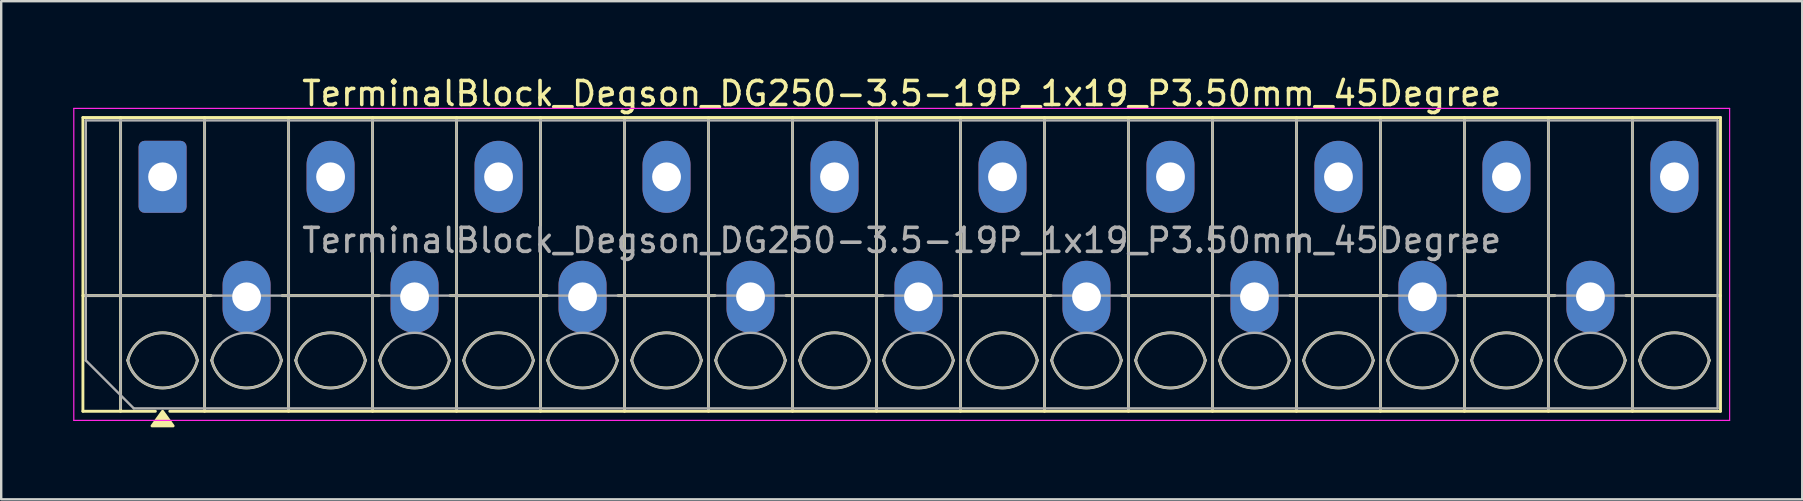
<source format=kicad_pcb>
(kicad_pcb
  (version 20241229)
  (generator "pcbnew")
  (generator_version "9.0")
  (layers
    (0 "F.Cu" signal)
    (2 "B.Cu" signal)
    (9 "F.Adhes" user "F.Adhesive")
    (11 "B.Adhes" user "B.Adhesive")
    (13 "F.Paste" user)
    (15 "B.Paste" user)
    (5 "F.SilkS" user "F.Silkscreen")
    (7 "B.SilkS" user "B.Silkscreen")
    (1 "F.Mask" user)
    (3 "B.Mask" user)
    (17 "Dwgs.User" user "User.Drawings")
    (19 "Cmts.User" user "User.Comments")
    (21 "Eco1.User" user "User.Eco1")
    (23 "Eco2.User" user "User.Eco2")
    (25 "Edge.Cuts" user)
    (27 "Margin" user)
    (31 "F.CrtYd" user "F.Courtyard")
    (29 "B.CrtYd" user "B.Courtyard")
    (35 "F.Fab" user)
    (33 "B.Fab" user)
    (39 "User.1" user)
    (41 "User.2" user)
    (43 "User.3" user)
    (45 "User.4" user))
  (footprint "TerminalBlock_Degson_DG250-3.5-19P_1x19_P3.50mm_45Degree"
    (layer "F.Cu")
    (at 3.725 4.318)
    (property "Reference" "TerminalBlock_Degson_DG250-3.5-19P_1x19_P3.50mm_45Degree" (at 30.8 -3.47 0) (layer "F.SilkS") (effects (font (size 1 1) (thickness 0.15))))
    (attr through_hole)
    (fp_line (start -3.32 -2.47) (end -3.32 9.77) (stroke (width 0.12) (type solid)) (layer "F.SilkS"))
    (fp_line (start -3.32 -2.47) (end 64.92 -2.47) (stroke (width 0.12) (type solid)) (layer "F.SilkS"))
    (fp_line (start -3.32 4.95) (end 2.02 4.95) (stroke (width 0.12) (type solid)) (layer "F.SilkS"))
    (fp_line (start -3.32 9.77) (end -0.3 9.77) (stroke (width 0.12) (type solid)) (layer "F.SilkS"))
    (fp_line (start -1.75 -2.47) (end -1.75 9.77) (stroke (width 0.12) (type solid)) (layer "F.SilkS"))
    (fp_line (start 0.3 9.77) (end 64.92 9.77) (stroke (width 0.12) (type solid)) (layer "F.SilkS"))
    (fp_line (start 1.75 -2.47) (end 1.75 9.77) (stroke (width 0.12) (type solid)) (layer "F.SilkS"))
    (fp_line (start 4.98 4.95) (end 9.02 4.95) (stroke (width 0.12) (type solid)) (layer "F.SilkS"))
    (fp_line (start 5.25 -2.47) (end 5.25 9.77) (stroke (width 0.12) (type solid)) (layer "F.SilkS"))
    (fp_line (start 8.75 -2.47) (end 8.75 9.77) (stroke (width 0.12) (type solid)) (layer "F.SilkS"))
    (fp_line (start 11.98 4.95) (end 16.02 4.95) (stroke (width 0.12) (type solid)) (layer "F.SilkS"))
    (fp_line (start 12.25 -2.47) (end 12.25 9.77) (stroke (width 0.12) (type solid)) (layer "F.SilkS"))
    (fp_line (start 15.75 -2.47) (end 15.75 9.77) (stroke (width 0.12) (type solid)) (layer "F.SilkS"))
    (fp_line (start 18.98 4.95) (end 23.02 4.95) (stroke (width 0.12) (type solid)) (layer "F.SilkS"))
    (fp_line (start 19.25 -2.47) (end 19.25 9.77) (stroke (width 0.12) (type solid)) (layer "F.SilkS"))
    (fp_line (start 22.75 -2.47) (end 22.75 9.77) (stroke (width 0.12) (type solid)) (layer "F.SilkS"))
    (fp_line (start 25.98 4.95) (end 30.02 4.95) (stroke (width 0.12) (type solid)) (layer "F.SilkS"))
    (fp_line (start 26.25 -2.47) (end 26.25 9.77) (stroke (width 0.12) (type solid)) (layer "F.SilkS"))
    (fp_line (start 29.75 -2.47) (end 29.75 9.77) (stroke (width 0.12) (type solid)) (layer "F.SilkS"))
    (fp_line (start 32.98 4.95) (end 37.02 4.95) (stroke (width 0.12) (type solid)) (layer "F.SilkS"))
    (fp_line (start 33.25 -2.47) (end 33.25 9.77) (stroke (width 0.12) (type solid)) (layer "F.SilkS"))
    (fp_line (start 36.75 -2.47) (end 36.75 9.77) (stroke (width 0.12) (type solid)) (layer "F.SilkS"))
    (fp_line (start 39.98 4.95) (end 44.02 4.95) (stroke (width 0.12) (type solid)) (layer "F.SilkS"))
    (fp_line (start 40.25 -2.47) (end 40.25 9.77) (stroke (width 0.12) (type solid)) (layer "F.SilkS"))
    (fp_line (start 43.75 -2.47) (end 43.75 9.77) (stroke (width 0.12) (type solid)) (layer "F.SilkS"))
    (fp_line (start 46.98 4.95) (end 51.02 4.95) (stroke (width 0.12) (type solid)) (layer "F.SilkS"))
    (fp_line (start 47.25 -2.47) (end 47.25 9.77) (stroke (width 0.12) (type solid)) (layer "F.SilkS"))
    (fp_line (start 50.75 -2.47) (end 50.75 9.77) (stroke (width 0.12) (type solid)) (layer "F.SilkS"))
    (fp_line (start 53.98 4.95) (end 58.02 4.95) (stroke (width 0.12) (type solid)) (layer "F.SilkS"))
    (fp_line (start 54.25 -2.47) (end 54.25 9.77) (stroke (width 0.12) (type solid)) (layer "F.SilkS"))
    (fp_line (start 57.75 -2.47) (end 57.75 9.77) (stroke (width 0.12) (type solid)) (layer "F.SilkS"))
    (fp_line (start 60.98 4.95) (end 64.92 4.95) (stroke (width 0.12) (type solid)) (layer "F.SilkS"))
    (fp_line (start 61.25 -2.47) (end 61.25 9.77) (stroke (width 0.12) (type solid)) (layer "F.SilkS"))
    (fp_line (start 64.92 -2.47) (end 64.92 9.77) (stroke (width 0.12) (type solid)) (layer "F.SilkS"))
    (fp_arc (start -1.45 7.65) (mid 0 6.5) (end 1.45 7.65) (stroke (width 0.12) (type solid)) (layer "F.SilkS"))
    (fp_arc (start 1.45 7.65) (mid 0 8.8) (end -1.45 7.65) (stroke (width 0.12) (type solid)) (layer "F.SilkS"))
    (fp_arc (start 2.05 7.65) (mid 2.18402 7.291962) (end 2.405 6.98) (stroke (width 0.12) (type solid)) (layer "F.SilkS"))
    (fp_arc (start 4.595 6.98) (mid 4.81598 7.291962) (end 4.95 7.65) (stroke (width 0.12) (type solid)) (layer "F.SilkS"))
    (fp_arc (start 4.95 7.65) (mid 3.5 8.8) (end 2.05 7.65) (stroke (width 0.12) (type solid)) (layer "F.SilkS"))
    (fp_arc (start 5.55 7.65) (mid 7 6.5) (end 8.45 7.65) (stroke (width 0.12) (type solid)) (layer "F.SilkS"))
    (fp_arc (start 8.45 7.65) (mid 7 8.8) (end 5.55 7.65) (stroke (width 0.12) (type solid)) (layer "F.SilkS"))
    (fp_arc (start 9.05 7.65) (mid 9.18402 7.291962) (end 9.405 6.98) (stroke (width 0.12) (type solid)) (layer "F.SilkS"))
    (fp_arc (start 11.595 6.98) (mid 11.81598 7.291962) (end 11.95 7.65) (stroke (width 0.12) (type solid)) (layer "F.SilkS"))
    (fp_arc (start 11.95 7.65) (mid 10.5 8.8) (end 9.05 7.65) (stroke (width 0.12) (type solid)) (layer "F.SilkS"))
    (fp_arc (start 12.55 7.65) (mid 14 6.5) (end 15.45 7.65) (stroke (width 0.12) (type solid)) (layer "F.SilkS"))
    (fp_arc (start 15.45 7.65) (mid 14 8.8) (end 12.55 7.65) (stroke (width 0.12) (type solid)) (layer "F.SilkS"))
    (fp_arc (start 16.05 7.65) (mid 16.18402 7.291962) (end 16.405 6.98) (stroke (width 0.12) (type solid)) (layer "F.SilkS"))
    (fp_arc (start 18.595 6.98) (mid 18.81598 7.291962) (end 18.95 7.65) (stroke (width 0.12) (type solid)) (layer "F.SilkS"))
    (fp_arc (start 18.95 7.65) (mid 17.5 8.8) (end 16.05 7.65) (stroke (width 0.12) (type solid)) (layer "F.SilkS"))
    (fp_arc (start 19.55 7.65) (mid 21 6.5) (end 22.45 7.65) (stroke (width 0.12) (type solid)) (layer "F.SilkS"))
    (fp_arc (start 22.45 7.65) (mid 21 8.8) (end 19.55 7.65) (stroke (width 0.12) (type solid)) (layer "F.SilkS"))
    (fp_arc (start 23.05 7.65) (mid 23.18402 7.291962) (end 23.405 6.98) (stroke (width 0.12) (type solid)) (layer "F.SilkS"))
    (fp_arc (start 25.595 6.98) (mid 25.81598 7.291962) (end 25.95 7.65) (stroke (width 0.12) (type solid)) (layer "F.SilkS"))
    (fp_arc (start 25.95 7.65) (mid 24.5 8.8) (end 23.05 7.65) (stroke (width 0.12) (type solid)) (layer "F.SilkS"))
    (fp_arc (start 26.55 7.65) (mid 28 6.5) (end 29.45 7.65) (stroke (width 0.12) (type solid)) (layer "F.SilkS"))
    (fp_arc (start 29.45 7.65) (mid 28 8.8) (end 26.55 7.65) (stroke (width 0.12) (type solid)) (layer "F.SilkS"))
    (fp_arc (start 30.05 7.65) (mid 30.18402 7.291962) (end 30.405 6.98) (stroke (width 0.12) (type solid)) (layer "F.SilkS"))
    (fp_arc (start 32.595 6.98) (mid 32.81598 7.291962) (end 32.95 7.65) (stroke (width 0.12) (type solid)) (layer "F.SilkS"))
    (fp_arc (start 32.95 7.65) (mid 31.5 8.8) (end 30.05 7.65) (stroke (width 0.12) (type solid)) (layer "F.SilkS"))
    (fp_arc (start 33.55 7.65) (mid 35 6.5) (end 36.45 7.65) (stroke (width 0.12) (type solid)) (layer "F.SilkS"))
    (fp_arc (start 36.45 7.65) (mid 35 8.8) (end 33.55 7.65) (stroke (width 0.12) (type solid)) (layer "F.SilkS"))
    (fp_arc (start 37.05 7.65) (mid 37.18402 7.291962) (end 37.405 6.98) (stroke (width 0.12) (type solid)) (layer "F.SilkS"))
    (fp_arc (start 39.595 6.98) (mid 39.81598 7.291962) (end 39.95 7.65) (stroke (width 0.12) (type solid)) (layer "F.SilkS"))
    (fp_arc (start 39.95 7.65) (mid 38.5 8.8) (end 37.05 7.65) (stroke (width 0.12) (type solid)) (layer "F.SilkS"))
    (fp_arc (start 40.55 7.65) (mid 42 6.5) (end 43.45 7.65) (stroke (width 0.12) (type solid)) (layer "F.SilkS"))
    (fp_arc (start 43.45 7.65) (mid 42 8.8) (end 40.55 7.65) (stroke (width 0.12) (type solid)) (layer "F.SilkS"))
    (fp_arc (start 44.05 7.65) (mid 44.18402 7.291962) (end 44.405 6.98) (stroke (width 0.12) (type solid)) (layer "F.SilkS"))
    (fp_arc (start 46.595 6.98) (mid 46.81598 7.291962) (end 46.95 7.65) (stroke (width 0.12) (type solid)) (layer "F.SilkS"))
    (fp_arc (start 46.95 7.65) (mid 45.5 8.8) (end 44.05 7.65) (stroke (width 0.12) (type solid)) (layer "F.SilkS"))
    (fp_arc (start 47.55 7.65) (mid 49 6.5) (end 50.45 7.65) (stroke (width 0.12) (type solid)) (layer "F.SilkS"))
    (fp_arc (start 50.45 7.65) (mid 49 8.8) (end 47.55 7.65) (stroke (width 0.12) (type solid)) (layer "F.SilkS"))
    (fp_arc (start 51.05 7.65) (mid 51.18402 7.291962) (end 51.405 6.98) (stroke (width 0.12) (type solid)) (layer "F.SilkS"))
    (fp_arc (start 53.595 6.98) (mid 53.81598 7.291962) (end 53.95 7.65) (stroke (width 0.12) (type solid)) (layer "F.SilkS"))
    (fp_arc (start 53.95 7.65) (mid 52.5 8.8) (end 51.05 7.65) (stroke (width 0.12) (type solid)) (layer "F.SilkS"))
    (fp_arc (start 54.55 7.65) (mid 56 6.5) (end 57.45 7.65) (stroke (width 0.12) (type solid)) (layer "F.SilkS"))
    (fp_arc (start 57.45 7.65) (mid 56 8.8) (end 54.55 7.65) (stroke (width 0.12) (type solid)) (layer "F.SilkS"))
    (fp_arc (start 58.05 7.65) (mid 58.18402 7.291962) (end 58.405 6.98) (stroke (width 0.12) (type solid)) (layer "F.SilkS"))
    (fp_arc (start 60.595 6.98) (mid 60.81598 7.291962) (end 60.95 7.65) (stroke (width 0.12) (type solid)) (layer "F.SilkS"))
    (fp_arc (start 60.95 7.65) (mid 59.5 8.8) (end 58.05 7.65) (stroke (width 0.12) (type solid)) (layer "F.SilkS"))
    (fp_arc (start 61.55 7.65) (mid 63 6.5) (end 64.45 7.65) (stroke (width 0.12) (type solid)) (layer "F.SilkS"))
    (fp_arc (start 64.45 7.65) (mid 63 8.8) (end 61.55 7.65) (stroke (width 0.12) (type solid)) (layer "F.SilkS"))
    (fp_poly (pts (xy 0 9.77) (xy 0.44 10.38) (xy -0.44 10.38)) (stroke (width 0.12) (type solid)) (fill yes) (layer "F.SilkS"))
    (fp_line (start -3.7 -2.85) (end -3.7 10.15) (stroke (width 0.05) (type solid)) (layer "F.CrtYd"))
    (fp_line (start -3.7 10.15) (end 65.3 10.15) (stroke (width 0.05) (type solid)) (layer "F.CrtYd"))
    (fp_line (start 65.3 -2.85) (end -3.7 -2.85) (stroke (width 0.05) (type solid)) (layer "F.CrtYd"))
    (fp_line (start 65.3 10.15) (end 65.3 -2.85) (stroke (width 0.05) (type solid)) (layer "F.CrtYd"))
    (fp_line (start -3.2 -2.35) (end 64.8 -2.35) (stroke (width 0.1) (type solid)) (layer "F.Fab"))
    (fp_line (start -3.2 4.95) (end 64.8 4.95) (stroke (width 0.1) (type solid)) (layer "F.Fab"))
    (fp_line (start -3.2 7.65) (end -3.2 -2.35) (stroke (width 0.1) (type solid)) (layer "F.Fab"))
    (fp_line (start -1.75 -2.35) (end -1.75 9.65) (stroke (width 0.1) (type solid)) (layer "F.Fab"))
    (fp_line (start -1.2 9.65) (end -3.2 7.65) (stroke (width 0.1) (type solid)) (layer "F.Fab"))
    (fp_line (start 1.75 -2.35) (end 1.75 9.65) (stroke (width 0.1) (type solid)) (layer "F.Fab"))
    (fp_line (start 5.25 -2.35) (end 5.25 9.65) (stroke (width 0.1) (type solid)) (layer "F.Fab"))
    (fp_line (start 8.75 -2.35) (end 8.75 9.65) (stroke (width 0.1) (type solid)) (layer "F.Fab"))
    (fp_line (start 12.25 -2.35) (end 12.25 9.65) (stroke (width 0.1) (type solid)) (layer "F.Fab"))
    (fp_line (start 15.75 -2.35) (end 15.75 9.65) (stroke (width 0.1) (type solid)) (layer "F.Fab"))
    (fp_line (start 19.25 -2.35) (end 19.25 9.65) (stroke (width 0.1) (type solid)) (layer "F.Fab"))
    (fp_line (start 22.75 -2.35) (end 22.75 9.65) (stroke (width 0.1) (type solid)) (layer "F.Fab"))
    (fp_line (start 26.25 -2.35) (end 26.25 9.65) (stroke (width 0.1) (type solid)) (layer "F.Fab"))
    (fp_line (start 29.75 -2.35) (end 29.75 9.65) (stroke (width 0.1) (type solid)) (layer "F.Fab"))
    (fp_line (start 33.25 -2.35) (end 33.25 9.65) (stroke (width 0.1) (type solid)) (layer "F.Fab"))
    (fp_line (start 36.75 -2.35) (end 36.75 9.65) (stroke (width 0.1) (type solid)) (layer "F.Fab"))
    (fp_line (start 40.25 -2.35) (end 40.25 9.65) (stroke (width 0.1) (type solid)) (layer "F.Fab"))
    (fp_line (start 43.75 -2.35) (end 43.75 9.65) (stroke (width 0.1) (type solid)) (layer "F.Fab"))
    (fp_line (start 47.25 -2.35) (end 47.25 9.65) (stroke (width 0.1) (type solid)) (layer "F.Fab"))
    (fp_line (start 50.75 -2.35) (end 50.75 9.65) (stroke (width 0.1) (type solid)) (layer "F.Fab"))
    (fp_line (start 54.25 -2.35) (end 54.25 9.65) (stroke (width 0.1) (type solid)) (layer "F.Fab"))
    (fp_line (start 57.75 -2.35) (end 57.75 9.65) (stroke (width 0.1) (type solid)) (layer "F.Fab"))
    (fp_line (start 61.25 -2.35) (end 61.25 9.65) (stroke (width 0.1) (type solid)) (layer "F.Fab"))
    (fp_line (start 64.8 -2.35) (end 64.8 9.65) (stroke (width 0.1) (type solid)) (layer "F.Fab"))
    (fp_line (start 64.8 9.65) (end -1.2 9.65) (stroke (width 0.1) (type solid)) (layer "F.Fab"))
    (fp_arc (start -1.45 7.65) (mid 0 6.5) (end 1.45 7.65) (stroke (width 0.1) (type solid)) (layer "F.Fab"))
    (fp_arc (start 1.45 7.65) (mid 0 8.8) (end -1.45 7.65) (stroke (width 0.1) (type solid)) (layer "F.Fab"))
    (fp_arc (start 2.05 7.65) (mid 3.5 6.5) (end 4.95 7.65) (stroke (width 0.1) (type solid)) (layer "F.Fab"))
    (fp_arc (start 4.95 7.65) (mid 3.5 8.8) (end 2.05 7.65) (stroke (width 0.1) (type solid)) (layer "F.Fab"))
    (fp_arc (start 5.55 7.65) (mid 7 6.5) (end 8.45 7.65) (stroke (width 0.1) (type solid)) (layer "F.Fab"))
    (fp_arc (start 8.45 7.65) (mid 7 8.8) (end 5.55 7.65) (stroke (width 0.1) (type solid)) (layer "F.Fab"))
    (fp_arc (start 9.05 7.65) (mid 10.5 6.5) (end 11.95 7.65) (stroke (width 0.1) (type solid)) (layer "F.Fab"))
    (fp_arc (start 11.95 7.65) (mid 10.5 8.8) (end 9.05 7.65) (stroke (width 0.1) (type solid)) (layer "F.Fab"))
    (fp_arc (start 12.55 7.65) (mid 14 6.5) (end 15.45 7.65) (stroke (width 0.1) (type solid)) (layer "F.Fab"))
    (fp_arc (start 15.45 7.65) (mid 14 8.8) (end 12.55 7.65) (stroke (width 0.1) (type solid)) (layer "F.Fab"))
    (fp_arc (start 16.05 7.65) (mid 17.5 6.5) (end 18.95 7.65) (stroke (width 0.1) (type solid)) (layer "F.Fab"))
    (fp_arc (start 18.95 7.65) (mid 17.5 8.8) (end 16.05 7.65) (stroke (width 0.1) (type solid)) (layer "F.Fab"))
    (fp_arc (start 19.55 7.65) (mid 21 6.5) (end 22.45 7.65) (stroke (width 0.1) (type solid)) (layer "F.Fab"))
    (fp_arc (start 22.45 7.65) (mid 21 8.8) (end 19.55 7.65) (stroke (width 0.1) (type solid)) (layer "F.Fab"))
    (fp_arc (start 23.05 7.65) (mid 24.5 6.5) (end 25.95 7.65) (stroke (width 0.1) (type solid)) (layer "F.Fab"))
    (fp_arc (start 25.95 7.65) (mid 24.5 8.8) (end 23.05 7.65) (stroke (width 0.1) (type solid)) (layer "F.Fab"))
    (fp_arc (start 26.55 7.65) (mid 28 6.5) (end 29.45 7.65) (stroke (width 0.1) (type solid)) (layer "F.Fab"))
    (fp_arc (start 29.45 7.65) (mid 28 8.8) (end 26.55 7.65) (stroke (width 0.1) (type solid)) (layer "F.Fab"))
    (fp_arc (start 30.05 7.65) (mid 31.5 6.5) (end 32.95 7.65) (stroke (width 0.1) (type solid)) (layer "F.Fab"))
    (fp_arc (start 32.95 7.65) (mid 31.5 8.8) (end 30.05 7.65) (stroke (width 0.1) (type solid)) (layer "F.Fab"))
    (fp_arc (start 33.55 7.65) (mid 35 6.5) (end 36.45 7.65) (stroke (width 0.1) (type solid)) (layer "F.Fab"))
    (fp_arc (start 36.45 7.65) (mid 35 8.8) (end 33.55 7.65) (stroke (width 0.1) (type solid)) (layer "F.Fab"))
    (fp_arc (start 37.05 7.65) (mid 38.5 6.5) (end 39.95 7.65) (stroke (width 0.1) (type solid)) (layer "F.Fab"))
    (fp_arc (start 39.95 7.65) (mid 38.5 8.8) (end 37.05 7.65) (stroke (width 0.1) (type solid)) (layer "F.Fab"))
    (fp_arc (start 40.55 7.65) (mid 42 6.5) (end 43.45 7.65) (stroke (width 0.1) (type solid)) (layer "F.Fab"))
    (fp_arc (start 43.45 7.65) (mid 42 8.8) (end 40.55 7.65) (stroke (width 0.1) (type solid)) (layer "F.Fab"))
    (fp_arc (start 44.05 7.65) (mid 45.5 6.5) (end 46.95 7.65) (stroke (width 0.1) (type solid)) (layer "F.Fab"))
    (fp_arc (start 46.95 7.65) (mid 45.5 8.8) (end 44.05 7.65) (stroke (width 0.1) (type solid)) (layer "F.Fab"))
    (fp_arc (start 47.55 7.65) (mid 49 6.5) (end 50.45 7.65) (stroke (width 0.1) (type solid)) (layer "F.Fab"))
    (fp_arc (start 50.45 7.65) (mid 49 8.8) (end 47.55 7.65) (stroke (width 0.1) (type solid)) (layer "F.Fab"))
    (fp_arc (start 51.05 7.65) (mid 52.5 6.5) (end 53.95 7.65) (stroke (width 0.1) (type solid)) (layer "F.Fab"))
    (fp_arc (start 53.95 7.65) (mid 52.5 8.8) (end 51.05 7.65) (stroke (width 0.1) (type solid)) (layer "F.Fab"))
    (fp_arc (start 54.55 7.65) (mid 56 6.5) (end 57.45 7.65) (stroke (width 0.1) (type solid)) (layer "F.Fab"))
    (fp_arc (start 57.45 7.65) (mid 56 8.8) (end 54.55 7.65) (stroke (width 0.1) (type solid)) (layer "F.Fab"))
    (fp_arc (start 58.05 7.65) (mid 59.5 6.5) (end 60.95 7.65) (stroke (width 0.1) (type solid)) (layer "F.Fab"))
    (fp_arc (start 60.95 7.65) (mid 59.5 8.8) (end 58.05 7.65) (stroke (width 0.1) (type solid)) (layer "F.Fab"))
    (fp_arc (start 61.55 7.65) (mid 63 6.5) (end 64.45 7.65) (stroke (width 0.1) (type solid)) (layer "F.Fab"))
    (fp_arc (start 64.45 7.65) (mid 63 8.8) (end 61.55 7.65) (stroke (width 0.1) (type solid)) (layer "F.Fab"))
    (fp_text user "${REFERENCE}" (at 30.8 2.65 0) (layer "F.Fab") (effects (font (size 1 1) (thickness 0.15))))
    (pad "1" thru_hole roundrect (at 0 0) (size 2 3) (drill 1.2) (layers "*.Cu" "*.Mask") (roundrect_rratio 0.125))
    (pad "2" thru_hole oval (at 3.5 5) (size 2 3) (drill 1.2) (layers "*.Cu" "*.Mask"))
    (pad "3" thru_hole oval (at 7 0) (size 2 3) (drill 1.2) (layers "*.Cu" "*.Mask"))
    (pad "4" thru_hole oval (at 10.5 5) (size 2 3) (drill 1.2) (layers "*.Cu" "*.Mask"))
    (pad "5" thru_hole oval (at 14 0) (size 2 3) (drill 1.2) (layers "*.Cu" "*.Mask"))
    (pad "6" thru_hole oval (at 17.5 5) (size 2 3) (drill 1.2) (layers "*.Cu" "*.Mask"))
    (pad "7" thru_hole oval (at 21 0) (size 2 3) (drill 1.2) (layers "*.Cu" "*.Mask"))
    (pad "8" thru_hole oval (at 24.5 5) (size 2 3) (drill 1.2) (layers "*.Cu" "*.Mask"))
    (pad "9" thru_hole oval (at 28 0) (size 2 3) (drill 1.2) (layers "*.Cu" "*.Mask"))
    (pad "10" thru_hole oval (at 31.5 5) (size 2 3) (drill 1.2) (layers "*.Cu" "*.Mask"))
    (pad "11" thru_hole oval (at 35 0) (size 2 3) (drill 1.2) (layers "*.Cu" "*.Mask"))
    (pad "12" thru_hole oval (at 38.5 5) (size 2 3) (drill 1.2) (layers "*.Cu" "*.Mask"))
    (pad "13" thru_hole oval (at 42 0) (size 2 3) (drill 1.2) (layers "*.Cu" "*.Mask"))
    (pad "14" thru_hole oval (at 45.5 5) (size 2 3) (drill 1.2) (layers "*.Cu" "*.Mask"))
    (pad "15" thru_hole oval (at 49 0) (size 2 3) (drill 1.2) (layers "*.Cu" "*.Mask"))
    (pad "16" thru_hole oval (at 52.5 5) (size 2 3) (drill 1.2) (layers "*.Cu" "*.Mask"))
    (pad "17" thru_hole oval (at 56 0) (size 2 3) (drill 1.2) (layers "*.Cu" "*.Mask"))
    (pad "18" thru_hole oval (at 59.5 5) (size 2 3) (drill 1.2) (layers "*.Cu" "*.Mask"))
    (pad "19" thru_hole oval (at 63 0) (size 2 3) (drill 1.2) (layers "*.Cu" "*.Mask")))
  (gr_rect
    (start -3 -3)
    (end 72.05 17.758)
    (stroke (width 0.1) (type default))
    (fill no)
    (layer "Edge.Cuts")))
</source>
